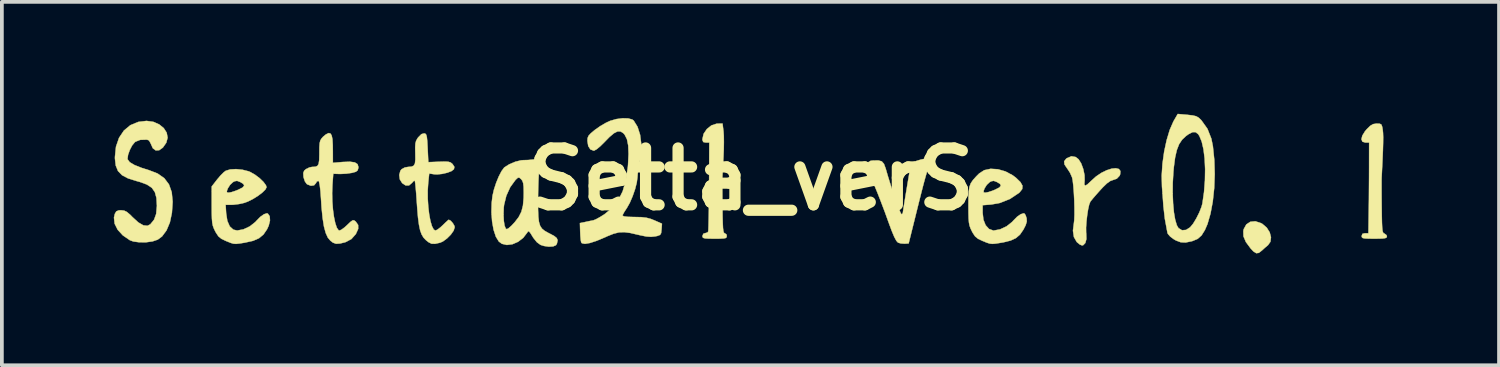
<source format=kicad_pcb>
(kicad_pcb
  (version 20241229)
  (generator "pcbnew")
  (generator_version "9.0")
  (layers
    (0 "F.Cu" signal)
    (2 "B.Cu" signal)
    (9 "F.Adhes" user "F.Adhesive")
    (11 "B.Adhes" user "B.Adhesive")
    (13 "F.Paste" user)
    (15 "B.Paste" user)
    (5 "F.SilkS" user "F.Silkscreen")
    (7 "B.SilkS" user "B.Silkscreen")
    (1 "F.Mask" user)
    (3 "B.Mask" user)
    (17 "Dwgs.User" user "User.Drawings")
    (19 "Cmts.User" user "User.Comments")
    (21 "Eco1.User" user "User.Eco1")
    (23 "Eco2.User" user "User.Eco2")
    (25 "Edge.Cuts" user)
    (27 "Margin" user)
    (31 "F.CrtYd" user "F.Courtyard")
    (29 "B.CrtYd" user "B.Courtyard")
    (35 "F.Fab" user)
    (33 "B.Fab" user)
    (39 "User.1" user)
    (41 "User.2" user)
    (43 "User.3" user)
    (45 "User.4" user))
  (footprint "Setta_verS"
    (layer "F.Cu")
    (at 17.085 1.751)
    (property "Reference" "Setta_verS" (at 0 0 0) (layer "F.SilkS") (effects (font (size 1.524 1.524) (thickness 0.3))))
    (attr through_hole)
    (fp_poly (pts (xy 13.668 1.181) (xy 13.704 1.201) (xy 13.821 1.302) (xy 13.9 1.427) (xy 13.934 1.559) (xy 13.919 1.679) (xy 13.855 1.769) (xy 13.769 1.842) (xy 13.69 1.914) (xy 13.609 1.977) (xy 13.54 1.986) (xy 13.466 1.94) (xy 13.39 1.86) (xy 13.262 1.687) (xy 13.197 1.534) (xy 13.193 1.391) (xy 13.204 1.341) (xy 13.273 1.215) (xy 13.381 1.144) (xy 13.517 1.131) (xy 13.668 1.181)) (stroke (width 0.01) (type solid)) (fill yes) (layer "F.SilkS"))
    (fp_poly (pts (xy 16.852 -1.484) (xy 16.895 -1.46) (xy 16.917 -1.396) (xy 16.93 -1.317) (xy 16.938 -1.235) (xy 16.942 -1.12) (xy 16.94 -0.963) (xy 16.934 -0.757) (xy 16.923 -0.496) (xy 16.907 -0.172) (xy 16.9 -0.036) (xy 16.899 0.028) (xy 16.899 0.151) (xy 16.899 0.321) (xy 16.9 0.524) (xy 16.902 0.747) (xy 16.902 0.749) (xy 16.905 0.99) (xy 16.909 1.169) (xy 16.915 1.295) (xy 16.923 1.377) (xy 16.936 1.426) (xy 16.954 1.45) (xy 16.976 1.46) (xy 17.031 1.502) (xy 17.042 1.537) (xy 17.033 1.565) (xy 16.995 1.583) (xy 16.917 1.593) (xy 16.785 1.596) (xy 16.704 1.597) (xy 16.545 1.595) (xy 16.445 1.59) (xy 16.391 1.578) (xy 16.369 1.555) (xy 16.365 1.524) (xy 16.386 1.467) (xy 16.456 1.451) (xy 16.546 1.451) (xy 16.555 0.826) (xy 16.559 0.557) (xy 16.561 0.255) (xy 16.563 -0.048) (xy 16.564 -0.321) (xy 16.564 -0.39) (xy 16.565 -0.98) (xy 16.465 -0.98) (xy 16.386 -1.003) (xy 16.359 -1.068) (xy 16.382 -1.164) (xy 16.453 -1.28) (xy 16.502 -1.338) (xy 16.595 -1.429) (xy 16.672 -1.474) (xy 16.76 -1.488) (xy 16.772 -1.488) (xy 16.852 -1.484)) (stroke (width 0.01) (type solid)) (fill yes) (layer "F.SilkS"))
    (fp_poly (pts (xy -0.741 -1.28) (xy -0.733 -1.161) (xy -0.731 -0.993) (xy -0.734 -0.797) (xy -0.742 -0.599) (xy -0.752 -0.414) (xy -0.761 -0.247) (xy -0.768 -0.117) (xy -0.772 -0.041) (xy -0.772 -0.036) (xy -0.773 0.028) (xy -0.773 0.151) (xy -0.772 0.321) (xy -0.771 0.524) (xy -0.769 0.747) (xy -0.769 0.753) (xy -0.766 0.998) (xy -0.761 1.18) (xy -0.755 1.307) (xy -0.745 1.389) (xy -0.732 1.433) (xy -0.715 1.45) (xy -0.708 1.451) (xy -0.663 1.482) (xy -0.653 1.524) (xy -0.659 1.558) (xy -0.684 1.58) (xy -0.744 1.591) (xy -0.851 1.596) (xy -0.98 1.597) (xy -1.135 1.595) (xy -1.231 1.59) (xy -1.283 1.576) (xy -1.303 1.553) (xy -1.306 1.524) (xy -1.28 1.463) (xy -1.238 1.451) (xy -1.172 1.431) (xy -1.152 1.406) (xy -1.147 1.36) (xy -1.143 1.25) (xy -1.139 1.086) (xy -1.135 0.876) (xy -1.132 0.63) (xy -1.129 0.356) (xy -1.128 0.191) (xy -1.122 -0.98) (xy -1.214 -0.98) (xy -1.284 -0.994) (xy -1.306 -1.051) (xy -1.306 -1.072) (xy -1.274 -1.214) (xy -1.187 -1.342) (xy -1.066 -1.439) (xy -0.927 -1.485) (xy -0.901 -1.487) (xy -0.767 -1.488) (xy -0.741 -1.28)) (stroke (width 0.01) (type solid)) (fill yes) (layer "F.SilkS"))
    (fp_poly (pts (xy 8.699 -0.592) (xy 8.777 -0.531) (xy 8.846 -0.421) (xy 8.902 -0.27) (xy 8.936 -0.106) (xy 8.939 0.039) (xy 8.937 0.057) (xy 8.931 0.145) (xy 8.954 0.175) (xy 9.01 0.145) (xy 9.104 0.057) (xy 9.11 0.051) (xy 9.245 -0.071) (xy 9.389 -0.168) (xy 9.532 -0.238) (xy 9.663 -0.28) (xy 9.775 -0.291) (xy 9.856 -0.271) (xy 9.898 -0.217) (xy 9.891 -0.127) (xy 9.876 -0.09) (xy 9.801 -0.011) (xy 9.711 0.02) (xy 9.629 0.049) (xy 9.538 0.113) (xy 9.426 0.221) (xy 9.36 0.292) (xy 9.255 0.41) (xy 9.165 0.514) (xy 9.105 0.588) (xy 9.091 0.606) (xy 9.061 0.683) (xy 9.032 0.811) (xy 9.007 0.971) (xy 8.988 1.141) (xy 8.977 1.302) (xy 8.979 1.432) (xy 8.982 1.468) (xy 8.986 1.607) (xy 8.957 1.713) (xy 8.901 1.771) (xy 8.869 1.778) (xy 8.809 1.753) (xy 8.735 1.692) (xy 8.727 1.684) (xy 8.652 1.553) (xy 8.626 1.382) (xy 8.649 1.199) (xy 8.661 1.102) (xy 8.667 0.952) (xy 8.666 0.766) (xy 8.661 0.563) (xy 8.65 0.362) (xy 8.636 0.179) (xy 8.619 0.035) (xy 8.603 -0.044) (xy 8.549 -0.167) (xy 8.475 -0.281) (xy 8.471 -0.285) (xy 8.399 -0.393) (xy 8.39 -0.476) (xy 8.444 -0.546) (xy 8.463 -0.56) (xy 8.585 -0.612) (xy 8.699 -0.592)) (stroke (width 0.01) (type solid)) (fill yes) (layer "F.SilkS"))
    (fp_poly (pts (xy 4.712 -0.513) (xy 4.74 -0.428) (xy 4.736 -0.301) (xy 4.706 -0.169) (xy 4.683 -0.093) (xy 4.661 -0.015) (xy 4.636 0.076) (xy 4.606 0.189) (xy 4.569 0.333) (xy 4.522 0.518) (xy 4.463 0.754) (xy 4.39 1.049) (xy 4.38 1.089) (xy 4.222 1.724) (xy 4.116 1.731) (xy 4.011 1.724) (xy 3.937 1.702) (xy 3.893 1.655) (xy 3.837 1.551) (xy 3.767 1.384) (xy 3.687 1.168) (xy 3.582 0.877) (xy 3.478 0.603) (xy 3.381 0.356) (xy 3.293 0.143) (xy 3.219 -0.025) (xy 3.161 -0.141) (xy 3.13 -0.19) (xy 3.094 -0.257) (xy 3.101 -0.347) (xy 3.107 -0.372) (xy 3.142 -0.454) (xy 3.201 -0.49) (xy 3.267 -0.498) (xy 3.41 -0.5) (xy 3.502 -0.475) (xy 3.56 -0.408) (xy 3.605 -0.287) (xy 3.612 -0.263) (xy 3.665 -0.081) (xy 3.726 0.116) (xy 3.791 0.316) (xy 3.856 0.507) (xy 3.916 0.677) (xy 3.968 0.815) (xy 4.008 0.908) (xy 4.03 0.943) (xy 4.031 0.943) (xy 4.063 0.919) (xy 4.064 0.914) (xy 4.07 0.871) (xy 4.085 0.771) (xy 4.108 0.628) (xy 4.136 0.456) (xy 4.167 0.27) (xy 4.198 0.084) (xy 4.227 -0.087) (xy 4.252 -0.231) (xy 4.263 -0.289) (xy 4.282 -0.378) (xy 4.3 -0.429) (xy 4.302 -0.432) (xy 4.353 -0.459) (xy 4.445 -0.492) (xy 4.548 -0.523) (xy 4.632 -0.542) (xy 4.653 -0.544) (xy 4.712 -0.513)) (stroke (width 0.01) (type solid)) (fill yes) (layer "F.SilkS"))
    (fp_poly (pts (xy 11.696 -1.723) (xy 11.836 -1.707) (xy 11.928 -1.685) (xy 11.995 -1.647) (xy 12.061 -1.584) (xy 12.073 -1.57) (xy 12.232 -1.347) (xy 12.336 -1.083) (xy 12.377 -0.881) (xy 12.415 -0.512) (xy 12.426 -0.133) (xy 12.412 0.242) (xy 12.374 0.6) (xy 12.313 0.925) (xy 12.232 1.205) (xy 12.163 1.364) (xy 12.073 1.509) (xy 11.968 1.602) (xy 11.827 1.661) (xy 11.811 1.665) (xy 11.647 1.699) (xy 11.517 1.693) (xy 11.39 1.646) (xy 11.33 1.612) (xy 11.234 1.541) (xy 11.171 1.468) (xy 11.159 1.44) (xy 11.089 1.063) (xy 11.053 0.746) (xy 11.052 0.744) (xy 11.042 0.602) (xy 11.029 0.422) (xy 11.026 0.385) (xy 11.299 0.385) (xy 11.31 0.651) (xy 11.332 0.89) (xy 11.366 1.088) (xy 11.41 1.236) (xy 11.454 1.313) (xy 11.549 1.371) (xy 11.658 1.362) (xy 11.767 1.292) (xy 11.847 1.195) (xy 11.933 1.053) (xy 12.013 0.893) (xy 12.073 0.74) (xy 12.096 0.653) (xy 12.14 0.345) (xy 12.164 0.034) (xy 12.169 -0.268) (xy 12.156 -0.55) (xy 12.125 -0.8) (xy 12.077 -1.007) (xy 12.013 -1.16) (xy 11.981 -1.206) (xy 11.913 -1.259) (xy 11.833 -1.259) (xy 11.729 -1.207) (xy 11.654 -1.153) (xy 11.551 -1.056) (xy 11.471 -0.935) (xy 11.41 -0.779) (xy 11.364 -0.578) (xy 11.33 -0.32) (xy 11.318 -0.187) (xy 11.301 0.101) (xy 11.299 0.385) (xy 11.026 0.385) (xy 11.015 0.238) (xy 11.012 0.2) (xy 11.005 -0.096) (xy 11.026 -0.414) (xy 11.071 -0.736) (xy 11.137 -1.043) (xy 11.22 -1.319) (xy 11.318 -1.544) (xy 11.338 -1.579) (xy 11.435 -1.746) (xy 11.696 -1.723)) (stroke (width 0.01) (type solid)) (fill yes) (layer "F.SilkS"))
    (fp_poly (pts (xy -16.025 -1.535) (xy -15.869 -1.467) (xy -15.746 -1.367) (xy -15.667 -1.244) (xy -15.642 -1.11) (xy -15.678 -0.975) (xy -15.77 -0.844) (xy -15.868 -0.775) (xy -15.96 -0.769) (xy -16.038 -0.827) (xy -16.093 -0.949) (xy -16.094 -0.953) (xy -16.14 -1.036) (xy -16.196 -1.058) (xy -16.378 -1.052) (xy -16.505 -1.002) (xy -16.524 -0.986) (xy -16.595 -0.899) (xy -16.657 -0.779) (xy -16.702 -0.653) (xy -16.716 -0.55) (xy -16.713 -0.528) (xy -16.659 -0.454) (xy -16.532 -0.378) (xy -16.333 -0.299) (xy -16.147 -0.241) (xy -15.911 -0.15) (xy -15.731 -0.024) (xy -15.606 0.142) (xy -15.532 0.351) (xy -15.507 0.609) (xy -15.527 0.903) (xy -15.581 1.16) (xy -15.671 1.374) (xy -15.791 1.536) (xy -15.907 1.622) (xy -16.045 1.669) (xy -16.218 1.693) (xy -16.398 1.694) (xy -16.56 1.672) (xy -16.655 1.637) (xy -16.844 1.507) (xy -16.982 1.356) (xy -17.062 1.195) (xy -17.08 1.031) (xy -17.057 0.933) (xy -17.018 0.865) (xy -16.952 0.838) (xy -16.89 0.835) (xy -16.809 0.844) (xy -16.736 0.879) (xy -16.649 0.952) (xy -16.586 1.016) (xy -16.427 1.161) (xy -16.293 1.239) (xy -16.181 1.251) (xy -16.105 1.211) (xy -16.005 1.088) (xy -15.949 0.934) (xy -15.93 0.731) (xy -15.929 0.715) (xy -15.941 0.505) (xy -15.984 0.348) (xy -16.066 0.232) (xy -16.198 0.145) (xy -16.389 0.075) (xy -16.477 0.051) (xy -16.703 -0.02) (xy -16.865 -0.106) (xy -16.972 -0.217) (xy -17.032 -0.363) (xy -17.054 -0.552) (xy -17.054 -0.593) (xy -17.026 -0.869) (xy -16.944 -1.107) (xy -16.814 -1.301) (xy -16.641 -1.445) (xy -16.429 -1.533) (xy -16.207 -1.56) (xy -16.025 -1.535)) (stroke (width 0.01) (type solid)) (fill yes) (layer "F.SilkS"))
    (fp_poly (pts (xy 6.614 -0.264) (xy 6.816 -0.206) (xy 7.009 -0.103) (xy 7.095 -0.039) (xy 7.217 0.079) (xy 7.273 0.177) (xy 7.266 0.266) (xy 7.197 0.354) (xy 7.178 0.371) (xy 6.937 0.532) (xy 6.668 0.639) (xy 6.441 0.68) (xy 6.205 0.699) (xy 6.205 0.904) (xy 6.226 1.088) (xy 6.285 1.236) (xy 6.375 1.336) (xy 6.489 1.378) (xy 6.506 1.378) (xy 6.673 1.347) (xy 6.846 1.266) (xy 6.994 1.149) (xy 7.024 1.116) (xy 7.127 1.011) (xy 7.225 0.942) (xy 7.302 0.917) (xy 7.328 0.924) (xy 7.358 0.971) (xy 7.384 1.052) (xy 7.388 1.138) (xy 7.358 1.236) (xy 7.297 1.355) (xy 7.206 1.487) (xy 7.097 1.581) (xy 6.955 1.647) (xy 6.762 1.695) (xy 6.695 1.706) (xy 6.559 1.728) (xy 6.47 1.736) (xy 6.399 1.729) (xy 6.32 1.705) (xy 6.208 1.659) (xy 6.207 1.659) (xy 6.084 1.601) (xy 6.004 1.536) (xy 5.939 1.439) (xy 5.917 1.397) (xy 5.88 1.32) (xy 5.854 1.247) (xy 5.838 1.165) (xy 5.829 1.056) (xy 5.825 0.905) (xy 5.824 0.705) (xy 5.825 0.488) (xy 5.832 0.328) (xy 5.833 0.326) (xy 6.228 0.326) (xy 6.235 0.357) (xy 6.282 0.363) (xy 6.356 0.349) (xy 6.465 0.313) (xy 6.535 0.285) (xy 6.649 0.227) (xy 6.694 0.177) (xy 6.671 0.128) (xy 6.586 0.077) (xy 6.503 0.046) (xy 6.435 0.058) (xy 6.394 0.081) (xy 6.316 0.154) (xy 6.256 0.249) (xy 6.228 0.326) (xy 5.833 0.326) (xy 5.851 0.208) (xy 5.887 0.112) (xy 5.946 0.025) (xy 6.032 -0.071) (xy 6.113 -0.152) (xy 6.248 -0.239) (xy 6.42 -0.276) (xy 6.614 -0.264)) (stroke (width 0.01) (type solid)) (fill yes) (layer "F.SilkS"))
    (fp_poly (pts (xy -13.633 -0.25) (xy -13.472 -0.209) (xy -13.426 -0.19) (xy -13.298 -0.117) (xy -13.174 -0.023) (xy -13.072 0.076) (xy -13.006 0.166) (xy -12.99 0.218) (xy -13.021 0.279) (xy -13.102 0.359) (xy -13.217 0.447) (xy -13.351 0.531) (xy -13.488 0.6) (xy -13.584 0.636) (xy -13.728 0.668) (xy -13.877 0.687) (xy -13.926 0.689) (xy -14.087 0.689) (xy -14.073 0.918) (xy -14.041 1.121) (xy -13.976 1.268) (xy -13.88 1.355) (xy -13.777 1.378) (xy -13.61 1.347) (xy -13.439 1.267) (xy -13.291 1.15) (xy -13.26 1.116) (xy -13.157 1.011) (xy -13.059 0.942) (xy -12.981 0.917) (xy -12.956 0.924) (xy -12.906 0.995) (xy -12.898 1.108) (xy -12.932 1.247) (xy -12.977 1.345) (xy -13.072 1.484) (xy -13.192 1.584) (xy -13.352 1.654) (xy -13.567 1.702) (xy -13.576 1.704) (xy -13.715 1.726) (xy -13.807 1.736) (xy -13.878 1.731) (xy -13.953 1.709) (xy -14.056 1.667) (xy -14.077 1.659) (xy -14.199 1.601) (xy -14.279 1.536) (xy -14.344 1.439) (xy -14.367 1.397) (xy -14.404 1.32) (xy -14.43 1.247) (xy -14.446 1.164) (xy -14.455 1.055) (xy -14.459 0.904) (xy -14.46 0.707) (xy -14.46 0.326) (xy -14.056 0.326) (xy -14.049 0.357) (xy -14.002 0.363) (xy -13.928 0.349) (xy -13.819 0.313) (xy -13.749 0.285) (xy -13.634 0.227) (xy -13.59 0.177) (xy -13.613 0.128) (xy -13.697 0.077) (xy -13.781 0.046) (xy -13.848 0.058) (xy -13.89 0.081) (xy -13.968 0.154) (xy -14.028 0.249) (xy -14.056 0.326) (xy -14.46 0.326) (xy -14.46 0.198) (xy -14.315 0.011) (xy -14.225 -0.095) (xy -14.138 -0.182) (xy -14.084 -0.223) (xy -13.965 -0.259) (xy -13.806 -0.268) (xy -13.633 -0.25)) (stroke (width 0.01) (type solid)) (fill yes) (layer "F.SilkS"))
    (fp_poly (pts (xy -11.274 -1.219) (xy -11.244 -1.167) (xy -11.224 -1.069) (xy -11.215 -0.915) (xy -11.213 -0.753) (xy -11.212 -0.436) (xy -10.947 -0.459) (xy -10.754 -0.466) (xy -10.625 -0.448) (xy -10.551 -0.401) (xy -10.528 -0.325) (xy -10.53 -0.298) (xy -10.548 -0.235) (xy -10.596 -0.197) (xy -10.695 -0.169) (xy -10.704 -0.167) (xy -10.852 -0.146) (xy -11.007 -0.138) (xy -11.035 -0.138) (xy -11.202 -0.144) (xy -11.224 0.155) (xy -11.232 0.376) (xy -11.227 0.601) (xy -11.21 0.818) (xy -11.183 1.015) (xy -11.148 1.18) (xy -11.107 1.302) (xy -11.061 1.369) (xy -11.036 1.379) (xy -10.981 1.355) (xy -10.897 1.293) (xy -10.825 1.227) (xy -10.738 1.144) (xy -10.684 1.106) (xy -10.645 1.105) (xy -10.604 1.135) (xy -10.596 1.142) (xy -10.535 1.23) (xy -10.534 1.335) (xy -10.594 1.467) (xy -10.599 1.475) (xy -10.716 1.607) (xy -10.879 1.692) (xy -11.02 1.726) (xy -11.127 1.733) (xy -11.21 1.703) (xy -11.276 1.653) (xy -11.347 1.569) (xy -11.404 1.444) (xy -11.451 1.271) (xy -11.487 1.044) (xy -11.516 0.755) (xy -11.529 0.547) (xy -11.545 0.323) (xy -11.564 0.162) (xy -11.584 0.07) (xy -11.599 0.046) (xy -11.642 0.064) (xy -11.665 0.107) (xy -11.716 0.166) (xy -11.801 0.178) (xy -11.899 0.14) (xy -11.914 0.129) (xy -11.962 0.061) (xy -11.996 -0.042) (xy -12 -0.065) (xy -12.005 -0.166) (xy -11.98 -0.227) (xy -11.934 -0.267) (xy -11.842 -0.312) (xy -11.77 -0.327) (xy -11.682 -0.331) (xy -11.626 -0.354) (xy -11.594 -0.408) (xy -11.579 -0.506) (xy -11.575 -0.661) (xy -11.575 -0.7) (xy -11.574 -0.859) (xy -11.566 -0.964) (xy -11.549 -1.034) (xy -11.517 -1.088) (xy -11.478 -1.132) (xy -11.399 -1.198) (xy -11.329 -1.232) (xy -11.319 -1.234) (xy -11.274 -1.219)) (stroke (width 0.01) (type solid)) (fill yes) (layer "F.SilkS"))
    (fp_poly (pts (xy -5.68 -0.286) (xy -5.691 -0.153) (xy -5.701 0.032) (xy -5.708 0.248) (xy -5.712 0.473) (xy -5.713 0.562) (xy -5.712 0.815) (xy -5.705 1.007) (xy -5.688 1.148) (xy -5.657 1.251) (xy -5.608 1.327) (xy -5.536 1.386) (xy -5.439 1.441) (xy -5.397 1.462) (xy -5.277 1.527) (xy -5.212 1.58) (xy -5.189 1.634) (xy -5.189 1.645) (xy -5.207 1.73) (xy -5.232 1.771) (xy -5.308 1.804) (xy -5.424 1.811) (xy -5.555 1.792) (xy -5.646 1.763) (xy -5.743 1.692) (xy -5.84 1.572) (xy -5.86 1.539) (xy -5.92 1.442) (xy -5.957 1.4) (xy -5.983 1.405) (xy -6.002 1.433) (xy -6.111 1.575) (xy -6.248 1.68) (xy -6.398 1.745) (xy -6.548 1.765) (xy -6.681 1.734) (xy -6.763 1.674) (xy -6.843 1.544) (xy -6.904 1.359) (xy -6.944 1.135) (xy -6.957 0.955) (xy -6.638 0.955) (xy -6.63 1.12) (xy -6.61 1.247) (xy -6.578 1.325) (xy -6.55 1.343) (xy -6.503 1.317) (xy -6.426 1.25) (xy -6.338 1.156) (xy -6.231 1.017) (xy -6.159 0.874) (xy -6.117 0.71) (xy -6.098 0.504) (xy -6.096 0.365) (xy -6.099 0.209) (xy -6.111 0.107) (xy -6.135 0.041) (xy -6.165 0.003) (xy -6.214 -0.039) (xy -6.252 -0.038) (xy -6.306 0.011) (xy -6.324 0.031) (xy -6.459 0.217) (xy -6.563 0.446) (xy -6.623 0.689) (xy -6.632 0.768) (xy -6.638 0.955) (xy -6.957 0.955) (xy -6.962 0.888) (xy -6.955 0.634) (xy -6.933 0.448) (xy -6.894 0.279) (xy -6.835 0.099) (xy -6.765 -0.071) (xy -6.692 -0.212) (xy -6.624 -0.305) (xy -6.612 -0.317) (xy -6.481 -0.399) (xy -6.323 -0.465) (xy -6.17 -0.503) (xy -6.107 -0.508) (xy -5.978 -0.512) (xy -5.836 -0.526) (xy -5.809 -0.53) (xy -5.649 -0.553) (xy -5.68 -0.286)) (stroke (width 0.01) (type solid)) (fill yes) (layer "F.SilkS"))
    (fp_poly (pts (xy -8.731 -1.216) (xy -8.708 -1.186) (xy -8.693 -1.125) (xy -8.682 -1.019) (xy -8.673 -0.855) (xy -8.672 -0.835) (xy -8.654 -0.454) (xy -8.364 -0.466) (xy -8.215 -0.47) (xy -8.12 -0.465) (xy -8.059 -0.448) (xy -8.015 -0.414) (xy -8.002 -0.4) (xy -7.955 -0.327) (xy -7.968 -0.265) (xy -7.968 -0.265) (xy -8.032 -0.215) (xy -8.144 -0.172) (xy -8.28 -0.14) (xy -8.416 -0.126) (xy -8.497 -0.13) (xy -8.63 -0.15) (xy -8.656 0.095) (xy -8.67 0.304) (xy -8.669 0.523) (xy -8.655 0.74) (xy -8.631 0.943) (xy -8.598 1.121) (xy -8.557 1.26) (xy -8.51 1.35) (xy -8.465 1.379) (xy -8.41 1.355) (xy -8.328 1.292) (xy -8.265 1.234) (xy -8.184 1.155) (xy -8.125 1.102) (xy -8.106 1.089) (xy -8.053 1.117) (xy -7.995 1.183) (xy -7.953 1.257) (xy -7.947 1.29) (xy -7.975 1.38) (xy -8.049 1.486) (xy -8.151 1.589) (xy -8.261 1.67) (xy -8.338 1.704) (xy -8.472 1.734) (xy -8.566 1.732) (xy -8.649 1.691) (xy -8.719 1.634) (xy -8.783 1.567) (xy -8.833 1.483) (xy -8.873 1.373) (xy -8.904 1.225) (xy -8.93 1.03) (xy -8.951 0.779) (xy -8.964 0.596) (xy -8.977 0.407) (xy -8.991 0.244) (xy -9.003 0.122) (xy -9.014 0.052) (xy -9.017 0.042) (xy -9.049 0.053) (xy -9.092 0.102) (xy -9.172 0.17) (xy -9.265 0.168) (xy -9.355 0.107) (xy -9.417 0.008) (xy -9.433 -0.111) (xy -9.403 -0.222) (xy -9.368 -0.267) (xy -9.282 -0.312) (xy -9.196 -0.327) (xy -9.103 -0.334) (xy -9.044 -0.361) (xy -9.012 -0.421) (xy -9.001 -0.528) (xy -9.003 -0.694) (xy -9.003 -0.694) (xy -9.006 -0.849) (xy -9 -0.953) (xy -8.981 -1.026) (xy -8.945 -1.091) (xy -8.926 -1.118) (xy -8.838 -1.206) (xy -8.764 -1.226) (xy -8.731 -1.216)) (stroke (width 0.01) (type solid)) (fill yes) (layer "F.SilkS"))
    (fp_poly (pts (xy -3.297 -1.627) (xy -3.187 -1.597) (xy -3.149 -1.569) (xy -3.046 -1.403) (xy -2.977 -1.187) (xy -2.945 -0.936) (xy -2.953 -0.667) (xy -2.989 -0.445) (xy -3.019 -0.294) (xy -3.04 -0.15) (xy -3.048 -0.047) (xy -3.066 0.092) (xy -3.111 0.268) (xy -3.177 0.458) (xy -3.253 0.635) (xy -3.332 0.775) (xy -3.34 0.786) (xy -3.401 0.88) (xy -3.44 0.953) (xy -3.447 0.977) (xy -3.412 0.998) (xy -3.308 1.011) (xy -3.141 1.016) (xy -3.122 1.016) (xy -2.942 1.02) (xy -2.807 1.036) (xy -2.69 1.067) (xy -2.593 1.106) (xy -2.391 1.195) (xy -2.402 1.35) (xy -2.413 1.446) (xy -2.441 1.495) (xy -2.509 1.522) (xy -2.572 1.535) (xy -2.683 1.547) (xy -2.81 1.538) (xy -2.974 1.505) (xy -3.034 1.491) (xy -3.242 1.443) (xy -3.404 1.422) (xy -3.545 1.428) (xy -3.688 1.464) (xy -3.856 1.531) (xy -3.916 1.559) (xy -4.14 1.653) (xy -4.321 1.712) (xy -4.455 1.735) (xy -4.536 1.719) (xy -4.556 1.696) (xy -4.568 1.632) (xy -4.578 1.521) (xy -4.583 1.41) (xy -4.59 1.179) (xy -4.445 1.149) (xy -4.333 1.125) (xy -4.241 1.107) (xy -4.227 1.104) (xy -4.162 1.078) (xy -4.059 1.022) (xy -3.94 0.948) (xy -3.937 0.946) (xy -3.73 0.778) (xy -3.567 0.574) (xy -3.444 0.327) (xy -3.358 0.029) (xy -3.305 -0.327) (xy -3.3 -0.387) (xy -3.286 -0.674) (xy -3.295 -0.899) (xy -3.329 -1.069) (xy -3.39 -1.19) (xy -3.426 -1.231) (xy -3.499 -1.277) (xy -3.58 -1.279) (xy -3.676 -1.231) (xy -3.797 -1.13) (xy -3.927 -0.997) (xy -4.043 -0.882) (xy -4.142 -0.8) (xy -4.21 -0.763) (xy -4.219 -0.762) (xy -4.308 -0.795) (xy -4.367 -0.885) (xy -4.389 -1.024) (xy -4.389 -1.025) (xy -4.384 -1.1) (xy -4.359 -1.161) (xy -4.301 -1.225) (xy -4.199 -1.311) (xy -4.182 -1.324) (xy -4.044 -1.421) (xy -3.895 -1.508) (xy -3.781 -1.561) (xy -3.614 -1.609) (xy -3.446 -1.631) (xy -3.297 -1.627)) (stroke (width 0.01) (type solid)) (fill yes) (layer "F.SilkS")))
  (gr_rect
    (start -3 -3)
    (end 37.132 6.742)
    (stroke (width 0.1) (type default))
    (fill no)
    (layer "Edge.Cuts")))
</source>
